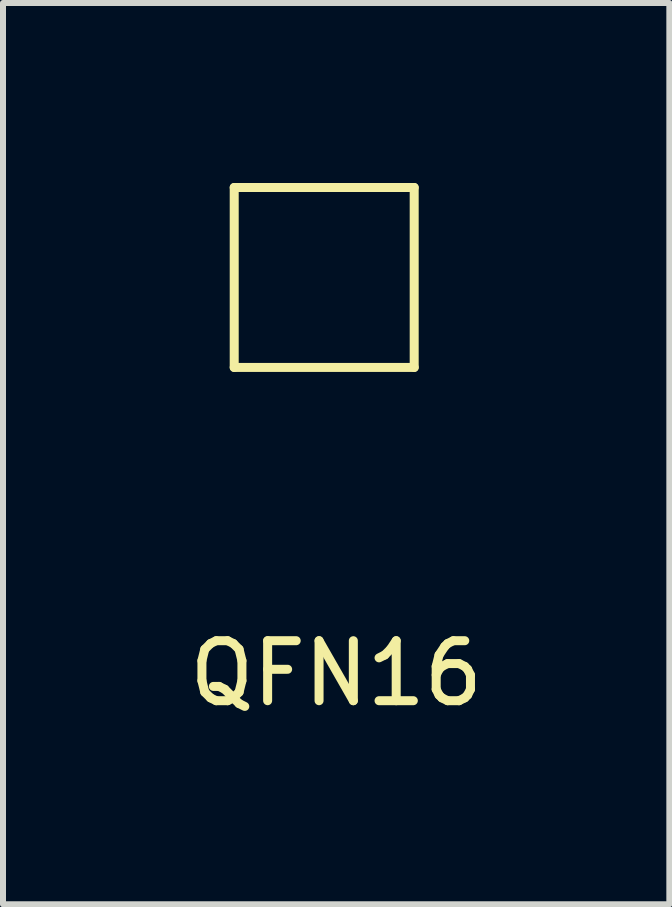
<source format=kicad_pcb>
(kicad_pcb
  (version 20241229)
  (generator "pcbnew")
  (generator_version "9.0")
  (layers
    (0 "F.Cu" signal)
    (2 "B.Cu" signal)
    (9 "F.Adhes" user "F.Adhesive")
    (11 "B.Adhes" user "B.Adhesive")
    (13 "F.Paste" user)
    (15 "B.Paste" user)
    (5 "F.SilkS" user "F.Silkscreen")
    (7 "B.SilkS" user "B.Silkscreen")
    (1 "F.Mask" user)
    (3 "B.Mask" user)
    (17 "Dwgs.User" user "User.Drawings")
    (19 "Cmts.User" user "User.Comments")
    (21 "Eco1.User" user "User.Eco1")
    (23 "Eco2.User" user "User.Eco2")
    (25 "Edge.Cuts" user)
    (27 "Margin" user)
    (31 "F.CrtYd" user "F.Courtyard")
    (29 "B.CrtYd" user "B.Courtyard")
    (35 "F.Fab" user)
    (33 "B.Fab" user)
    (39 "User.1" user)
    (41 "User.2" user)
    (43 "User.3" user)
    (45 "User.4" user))
  (footprint "QFN16"
    (layer "F.Cu")
    (at 2.354 1.575)
    (property "Reference" "QFN16" (at 0.2 6.6 0) (layer "F.SilkS") (effects (font (size 1 1) (thickness 0.15))))
    (attr through_hole)
    (fp_line (start -1.5 -1.5) (end -1.5 1.5) (stroke (width 0.15) (type solid)) (layer "F.SilkS"))
    (fp_line (start -1.5 1.5) (end 1.5 1.5) (stroke (width 0.15) (type solid)) (layer "F.SilkS"))
    (fp_line (start 1.5 -1.5) (end -1.5 -1.5) (stroke (width 0.15) (type solid)) (layer "F.SilkS"))
    (fp_line (start 1.5 1.5) (end 1.5 -1.5) (stroke (width 0.15) (type solid)) (layer "F.SilkS")))
  (gr_rect
    (start -3 -3)
    (end 8.107 12.023)
    (stroke (width 0.1) (type default))
    (fill no)
    (layer "Edge.Cuts")))
</source>
